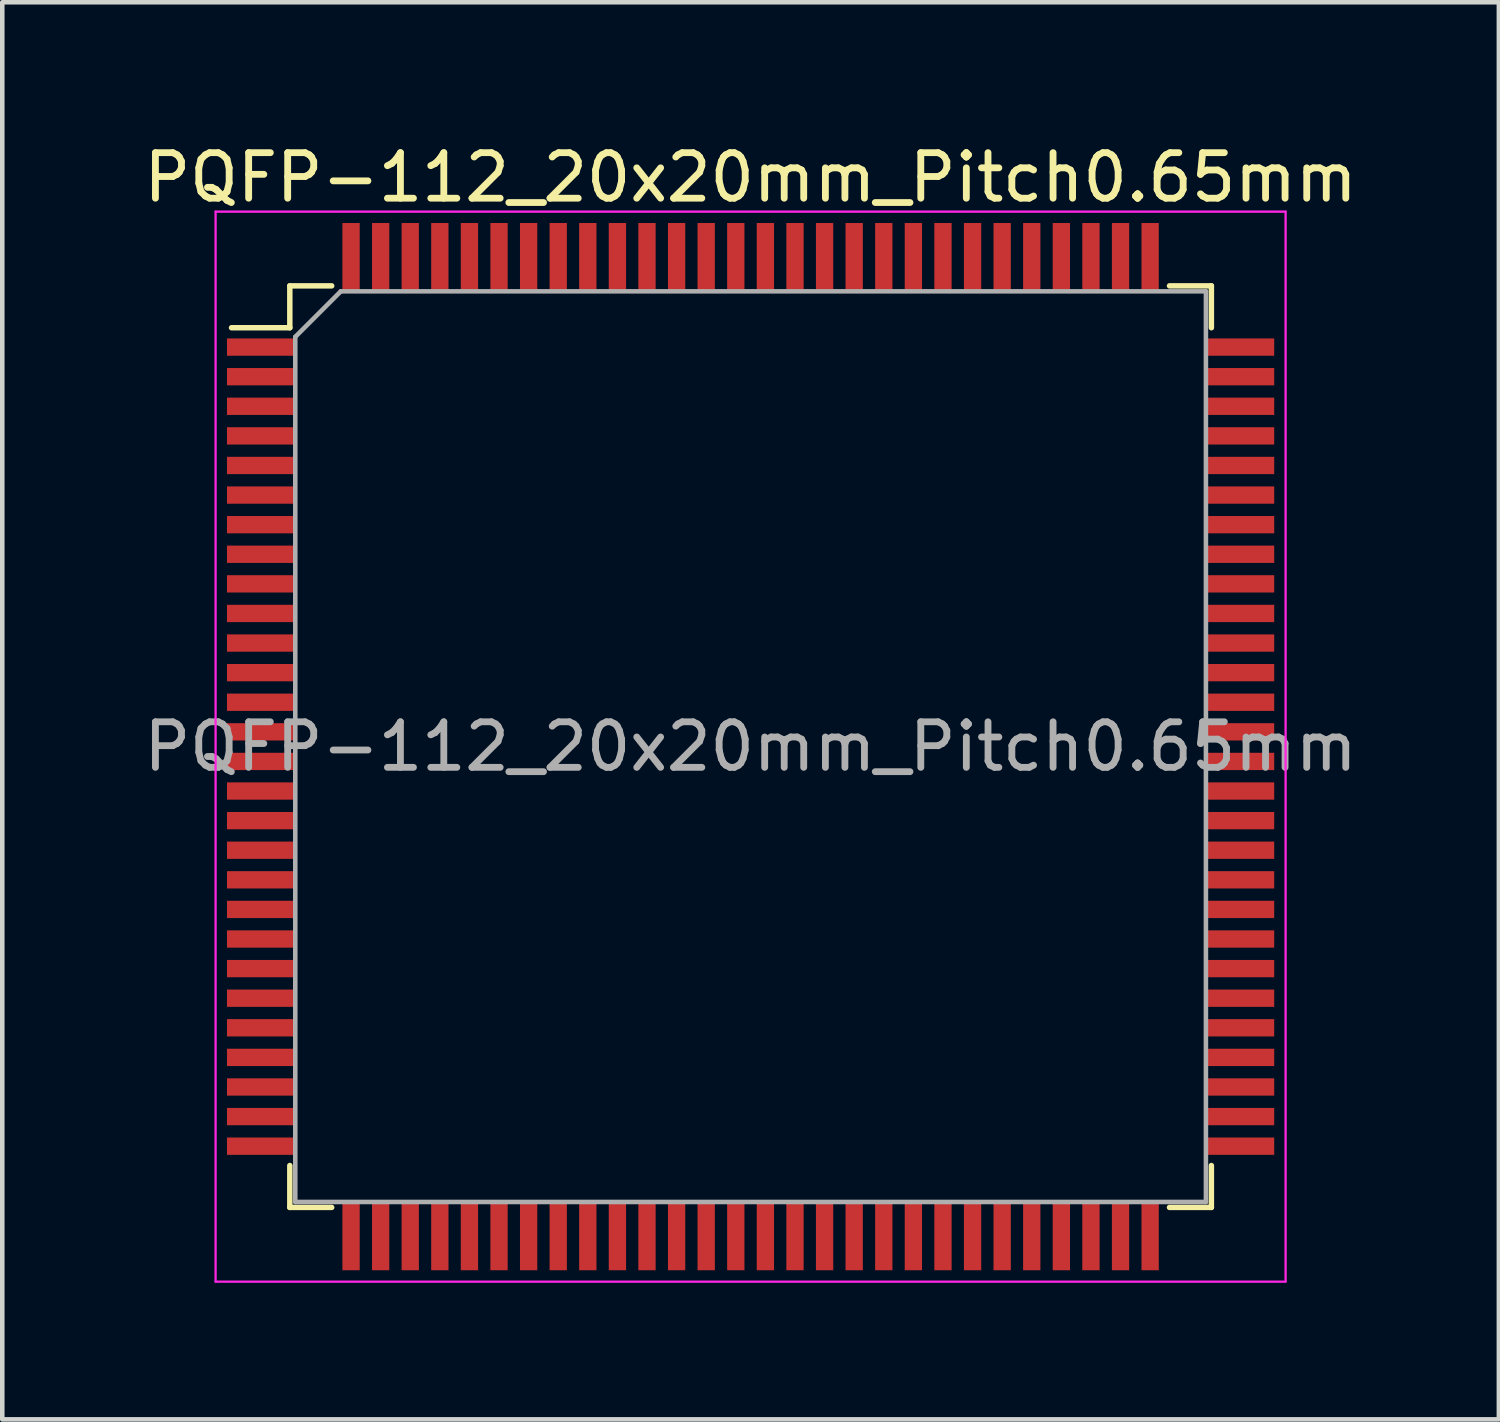
<source format=kicad_pcb>
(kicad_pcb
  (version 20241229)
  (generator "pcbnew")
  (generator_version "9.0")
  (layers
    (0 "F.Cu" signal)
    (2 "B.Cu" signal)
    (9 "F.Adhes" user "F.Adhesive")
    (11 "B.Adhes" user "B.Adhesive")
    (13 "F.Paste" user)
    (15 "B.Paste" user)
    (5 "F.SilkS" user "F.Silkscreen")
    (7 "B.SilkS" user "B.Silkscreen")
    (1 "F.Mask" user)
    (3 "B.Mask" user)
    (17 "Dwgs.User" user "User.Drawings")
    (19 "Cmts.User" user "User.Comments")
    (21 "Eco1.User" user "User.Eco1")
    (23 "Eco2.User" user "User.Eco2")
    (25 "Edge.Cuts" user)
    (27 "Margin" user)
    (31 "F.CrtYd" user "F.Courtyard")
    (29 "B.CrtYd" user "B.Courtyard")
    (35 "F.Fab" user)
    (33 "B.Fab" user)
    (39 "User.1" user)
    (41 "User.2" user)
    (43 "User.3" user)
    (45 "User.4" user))
  (footprint "PQFP-112_20x20mm_Pitch0.65mm"
    (layer "F.Cu")
    (at 13.435 13.348)
    (property "Reference" "PQFP-112_20x20mm_Pitch0.65mm" (at 0 -12.5 0) (layer "F.SilkS") (effects (font (size 1 1) (thickness 0.15))))
    (attr smd)
    (fp_line (start -11.4 -9.2) (end -10.12 -9.2) (stroke (width 0.12) (type solid)) (layer "F.SilkS"))
    (fp_line (start -10.12 -10.12) (end -10.12 -9.2) (stroke (width 0.12) (type solid)) (layer "F.SilkS"))
    (fp_line (start -10.12 10.12) (end -10.12 9.2) (stroke (width 0.12) (type solid)) (layer "F.SilkS"))
    (fp_line (start -9.2 -10.12) (end -10.12 -10.12) (stroke (width 0.12) (type solid)) (layer "F.SilkS"))
    (fp_line (start -9.2 10.12) (end -10.12 10.12) (stroke (width 0.12) (type solid)) (layer "F.SilkS"))
    (fp_line (start 9.2 -10.12) (end 10.12 -10.12) (stroke (width 0.12) (type solid)) (layer "F.SilkS"))
    (fp_line (start 9.2 10.12) (end 10.12 10.12) (stroke (width 0.12) (type solid)) (layer "F.SilkS"))
    (fp_line (start 10.12 -10.12) (end 10.12 -9.2) (stroke (width 0.12) (type solid)) (layer "F.SilkS"))
    (fp_line (start 10.12 10.12) (end 10.12 9.2) (stroke (width 0.12) (type solid)) (layer "F.SilkS"))
    (fp_line (start -11.75 -11.75) (end -11.75 11.75) (stroke (width 0.05) (type solid)) (layer "F.CrtYd"))
    (fp_line (start -11.75 -11.75) (end 11.75 -11.75) (stroke (width 0.05) (type solid)) (layer "F.CrtYd"))
    (fp_line (start -11.75 11.75) (end 11.75 11.75) (stroke (width 0.05) (type solid)) (layer "F.CrtYd"))
    (fp_line (start 11.75 -11.75) (end 11.75 11.75) (stroke (width 0.05) (type solid)) (layer "F.CrtYd"))
    (fp_line (start -10 -9) (end -10 10) (stroke (width 0.1) (type solid)) (layer "F.Fab"))
    (fp_line (start -9 -10) (end -10 -9) (stroke (width 0.1) (type solid)) (layer "F.Fab"))
    (fp_line (start -9 -10) (end 10 -10) (stroke (width 0.1) (type solid)) (layer "F.Fab"))
    (fp_line (start 10 10) (end -10 10) (stroke (width 0.1) (type solid)) (layer "F.Fab"))
    (fp_line (start 10 10) (end 10 -10) (stroke (width 0.1) (type solid)) (layer "F.Fab"))
    (fp_text user "${REFERENCE}" (at 0 0 0) (layer "F.Fab") (effects (font (size 1 1) (thickness 0.15))))
    (pad "1" smd rect (at -10.75 -8.775) (size 1.5 0.38) (layers "F.Cu" "F.Mask" "F.Paste"))
    (pad "2" smd rect (at -10.75 -8.125) (size 1.5 0.38) (layers "F.Cu" "F.Mask" "F.Paste"))
    (pad "3" smd rect (at -10.75 -7.475) (size 1.5 0.38) (layers "F.Cu" "F.Mask" "F.Paste"))
    (pad "4" smd rect (at -10.75 -6.825) (size 1.5 0.38) (layers "F.Cu" "F.Mask" "F.Paste"))
    (pad "5" smd rect (at -10.75 -6.175) (size 1.5 0.38) (layers "F.Cu" "F.Mask" "F.Paste"))
    (pad "6" smd rect (at -10.75 -5.525) (size 1.5 0.38) (layers "F.Cu" "F.Mask" "F.Paste"))
    (pad "7" smd rect (at -10.75 -4.875) (size 1.5 0.38) (layers "F.Cu" "F.Mask" "F.Paste"))
    (pad "8" smd rect (at -10.75 -4.225) (size 1.5 0.38) (layers "F.Cu" "F.Mask" "F.Paste"))
    (pad "9" smd rect (at -10.75 -3.575) (size 1.5 0.38) (layers "F.Cu" "F.Mask" "F.Paste"))
    (pad "10" smd rect (at -10.75 -2.925) (size 1.5 0.38) (layers "F.Cu" "F.Mask" "F.Paste"))
    (pad "11" smd rect (at -10.75 -2.275) (size 1.5 0.38) (layers "F.Cu" "F.Mask" "F.Paste"))
    (pad "12" smd rect (at -10.75 -1.625) (size 1.5 0.38) (layers "F.Cu" "F.Mask" "F.Paste"))
    (pad "13" smd rect (at -10.75 -0.975) (size 1.5 0.38) (layers "F.Cu" "F.Mask" "F.Paste"))
    (pad "14" smd rect (at -10.75 -0.325) (size 1.5 0.38) (layers "F.Cu" "F.Mask" "F.Paste"))
    (pad "15" smd rect (at -10.75 0.325) (size 1.5 0.38) (layers "F.Cu" "F.Mask" "F.Paste"))
    (pad "16" smd rect (at -10.75 0.975) (size 1.5 0.38) (layers "F.Cu" "F.Mask" "F.Paste"))
    (pad "17" smd rect (at -10.75 1.625) (size 1.5 0.38) (layers "F.Cu" "F.Mask" "F.Paste"))
    (pad "18" smd rect (at -10.75 2.275) (size 1.5 0.38) (layers "F.Cu" "F.Mask" "F.Paste"))
    (pad "19" smd rect (at -10.75 2.925) (size 1.5 0.38) (layers "F.Cu" "F.Mask" "F.Paste"))
    (pad "20" smd rect (at -10.75 3.575) (size 1.5 0.38) (layers "F.Cu" "F.Mask" "F.Paste"))
    (pad "21" smd rect (at -10.75 4.225) (size 1.5 0.38) (layers "F.Cu" "F.Mask" "F.Paste"))
    (pad "22" smd rect (at -10.75 4.875) (size 1.5 0.38) (layers "F.Cu" "F.Mask" "F.Paste"))
    (pad "23" smd rect (at -10.75 5.525) (size 1.5 0.38) (layers "F.Cu" "F.Mask" "F.Paste"))
    (pad "24" smd rect (at -10.75 6.175) (size 1.5 0.38) (layers "F.Cu" "F.Mask" "F.Paste"))
    (pad "25" smd rect (at -10.75 6.825) (size 1.5 0.38) (layers "F.Cu" "F.Mask" "F.Paste"))
    (pad "26" smd rect (at -10.75 7.475) (size 1.5 0.38) (layers "F.Cu" "F.Mask" "F.Paste"))
    (pad "27" smd rect (at -10.75 8.125) (size 1.5 0.38) (layers "F.Cu" "F.Mask" "F.Paste"))
    (pad "28" smd rect (at -10.75 8.775) (size 1.5 0.38) (layers "F.Cu" "F.Mask" "F.Paste"))
    (pad "29" smd rect (at -8.775 10.75) (size 0.38 1.5) (layers "F.Cu" "F.Mask" "F.Paste"))
    (pad "30" smd rect (at -8.125 10.75) (size 0.38 1.5) (layers "F.Cu" "F.Mask" "F.Paste"))
    (pad "31" smd rect (at -7.475 10.75) (size 0.38 1.5) (layers "F.Cu" "F.Mask" "F.Paste"))
    (pad "32" smd rect (at -6.825 10.75) (size 0.38 1.5) (layers "F.Cu" "F.Mask" "F.Paste"))
    (pad "33" smd rect (at -6.175 10.75) (size 0.38 1.5) (layers "F.Cu" "F.Mask" "F.Paste"))
    (pad "34" smd rect (at -5.525 10.75) (size 0.38 1.5) (layers "F.Cu" "F.Mask" "F.Paste"))
    (pad "35" smd rect (at -4.875 10.75) (size 0.38 1.5) (layers "F.Cu" "F.Mask" "F.Paste"))
    (pad "36" smd rect (at -4.225 10.75) (size 0.38 1.5) (layers "F.Cu" "F.Mask" "F.Paste"))
    (pad "37" smd rect (at -3.575 10.75) (size 0.38 1.5) (layers "F.Cu" "F.Mask" "F.Paste"))
    (pad "38" smd rect (at -2.925 10.75) (size 0.38 1.5) (layers "F.Cu" "F.Mask" "F.Paste"))
    (pad "39" smd rect (at -2.275 10.75) (size 0.38 1.5) (layers "F.Cu" "F.Mask" "F.Paste"))
    (pad "40" smd rect (at -1.625 10.75) (size 0.38 1.5) (layers "F.Cu" "F.Mask" "F.Paste"))
    (pad "41" smd rect (at -0.975 10.75) (size 0.38 1.5) (layers "F.Cu" "F.Mask" "F.Paste"))
    (pad "42" smd rect (at -0.325 10.75) (size 0.38 1.5) (layers "F.Cu" "F.Mask" "F.Paste"))
    (pad "43" smd rect (at 0.325 10.75) (size 0.38 1.5) (layers "F.Cu" "F.Mask" "F.Paste"))
    (pad "44" smd rect (at 0.975 10.75) (size 0.38 1.5) (layers "F.Cu" "F.Mask" "F.Paste"))
    (pad "45" smd rect (at 1.625 10.75) (size 0.38 1.5) (layers "F.Cu" "F.Mask" "F.Paste"))
    (pad "46" smd rect (at 2.275 10.75) (size 0.38 1.5) (layers "F.Cu" "F.Mask" "F.Paste"))
    (pad "47" smd rect (at 2.925 10.75) (size 0.38 1.5) (layers "F.Cu" "F.Mask" "F.Paste"))
    (pad "48" smd rect (at 3.575 10.75) (size 0.38 1.5) (layers "F.Cu" "F.Mask" "F.Paste"))
    (pad "49" smd rect (at 4.225 10.75) (size 0.38 1.5) (layers "F.Cu" "F.Mask" "F.Paste"))
    (pad "50" smd rect (at 4.875 10.75) (size 0.38 1.5) (layers "F.Cu" "F.Mask" "F.Paste"))
    (pad "51" smd rect (at 5.525 10.75) (size 0.38 1.5) (layers "F.Cu" "F.Mask" "F.Paste"))
    (pad "52" smd rect (at 6.175 10.75) (size 0.38 1.5) (layers "F.Cu" "F.Mask" "F.Paste"))
    (pad "53" smd rect (at 6.825 10.75) (size 0.38 1.5) (layers "F.Cu" "F.Mask" "F.Paste"))
    (pad "54" smd rect (at 7.475 10.75) (size 0.38 1.5) (layers "F.Cu" "F.Mask" "F.Paste"))
    (pad "55" smd rect (at 8.125 10.75) (size 0.38 1.5) (layers "F.Cu" "F.Mask" "F.Paste"))
    (pad "56" smd rect (at 8.775 10.75) (size 0.38 1.5) (layers "F.Cu" "F.Mask" "F.Paste"))
    (pad "57" smd rect (at 10.75 8.775) (size 1.5 0.38) (layers "F.Cu" "F.Mask" "F.Paste"))
    (pad "58" smd rect (at 10.75 8.125) (size 1.5 0.38) (layers "F.Cu" "F.Mask" "F.Paste"))
    (pad "59" smd rect (at 10.75 7.475) (size 1.5 0.38) (layers "F.Cu" "F.Mask" "F.Paste"))
    (pad "60" smd rect (at 10.75 6.825) (size 1.5 0.38) (layers "F.Cu" "F.Mask" "F.Paste"))
    (pad "61" smd rect (at 10.75 6.175) (size 1.5 0.38) (layers "F.Cu" "F.Mask" "F.Paste"))
    (pad "62" smd rect (at 10.75 5.525) (size 1.5 0.38) (layers "F.Cu" "F.Mask" "F.Paste"))
    (pad "63" smd rect (at 10.75 4.875) (size 1.5 0.38) (layers "F.Cu" "F.Mask" "F.Paste"))
    (pad "64" smd rect (at 10.75 4.225) (size 1.5 0.38) (layers "F.Cu" "F.Mask" "F.Paste"))
    (pad "65" smd rect (at 10.75 3.575) (size 1.5 0.38) (layers "F.Cu" "F.Mask" "F.Paste"))
    (pad "66" smd rect (at 10.75 2.925) (size 1.5 0.38) (layers "F.Cu" "F.Mask" "F.Paste"))
    (pad "67" smd rect (at 10.75 2.275) (size 1.5 0.38) (layers "F.Cu" "F.Mask" "F.Paste"))
    (pad "68" smd rect (at 10.75 1.625) (size 1.5 0.38) (layers "F.Cu" "F.Mask" "F.Paste"))
    (pad "69" smd rect (at 10.75 0.975) (size 1.5 0.38) (layers "F.Cu" "F.Mask" "F.Paste"))
    (pad "70" smd rect (at 10.75 0.325) (size 1.5 0.38) (layers "F.Cu" "F.Mask" "F.Paste"))
    (pad "71" smd rect (at 10.75 -0.325) (size 1.5 0.38) (layers "F.Cu" "F.Mask" "F.Paste"))
    (pad "72" smd rect (at 10.75 -0.975) (size 1.5 0.38) (layers "F.Cu" "F.Mask" "F.Paste"))
    (pad "73" smd rect (at 10.75 -1.625) (size 1.5 0.38) (layers "F.Cu" "F.Mask" "F.Paste"))
    (pad "74" smd rect (at 10.75 -2.275) (size 1.5 0.38) (layers "F.Cu" "F.Mask" "F.Paste"))
    (pad "75" smd rect (at 10.75 -2.925) (size 1.5 0.38) (layers "F.Cu" "F.Mask" "F.Paste"))
    (pad "76" smd rect (at 10.75 -3.575) (size 1.5 0.38) (layers "F.Cu" "F.Mask" "F.Paste"))
    (pad "77" smd rect (at 10.75 -4.225) (size 1.5 0.38) (layers "F.Cu" "F.Mask" "F.Paste"))
    (pad "78" smd rect (at 10.75 -4.875) (size 1.5 0.38) (layers "F.Cu" "F.Mask" "F.Paste"))
    (pad "79" smd rect (at 10.75 -5.525) (size 1.5 0.38) (layers "F.Cu" "F.Mask" "F.Paste"))
    (pad "80" smd rect (at 10.75 -6.175) (size 1.5 0.38) (layers "F.Cu" "F.Mask" "F.Paste"))
    (pad "81" smd rect (at 10.75 -6.825) (size 1.5 0.38) (layers "F.Cu" "F.Mask" "F.Paste"))
    (pad "82" smd rect (at 10.75 -7.475) (size 1.5 0.38) (layers "F.Cu" "F.Mask" "F.Paste"))
    (pad "83" smd rect (at 10.75 -8.125) (size 1.5 0.38) (layers "F.Cu" "F.Mask" "F.Paste"))
    (pad "84" smd rect (at 10.75 -8.775) (size 1.5 0.38) (layers "F.Cu" "F.Mask" "F.Paste"))
    (pad "85" smd rect (at 8.775 -10.75) (size 0.38 1.5) (layers "F.Cu" "F.Mask" "F.Paste"))
    (pad "86" smd rect (at 8.125 -10.75) (size 0.38 1.5) (layers "F.Cu" "F.Mask" "F.Paste"))
    (pad "87" smd rect (at 7.475 -10.75) (size 0.38 1.5) (layers "F.Cu" "F.Mask" "F.Paste"))
    (pad "88" smd rect (at 6.825 -10.75) (size 0.38 1.5) (layers "F.Cu" "F.Mask" "F.Paste"))
    (pad "89" smd rect (at 6.175 -10.75) (size 0.38 1.5) (layers "F.Cu" "F.Mask" "F.Paste"))
    (pad "90" smd rect (at 5.525 -10.75) (size 0.38 1.5) (layers "F.Cu" "F.Mask" "F.Paste"))
    (pad "91" smd rect (at 4.875 -10.75) (size 0.38 1.5) (layers "F.Cu" "F.Mask" "F.Paste"))
    (pad "92" smd rect (at 4.225 -10.75) (size 0.38 1.5) (layers "F.Cu" "F.Mask" "F.Paste"))
    (pad "93" smd rect (at 3.575 -10.75) (size 0.38 1.5) (layers "F.Cu" "F.Mask" "F.Paste"))
    (pad "94" smd rect (at 2.925 -10.75) (size 0.38 1.5) (layers "F.Cu" "F.Mask" "F.Paste"))
    (pad "95" smd rect (at 2.275 -10.75) (size 0.38 1.5) (layers "F.Cu" "F.Mask" "F.Paste"))
    (pad "96" smd rect (at 1.625 -10.75) (size 0.38 1.5) (layers "F.Cu" "F.Mask" "F.Paste"))
    (pad "97" smd rect (at 0.975 -10.75) (size 0.38 1.5) (layers "F.Cu" "F.Mask" "F.Paste"))
    (pad "98" smd rect (at 0.325 -10.75) (size 0.38 1.5) (layers "F.Cu" "F.Mask" "F.Paste"))
    (pad "99" smd rect (at -0.325 -10.75) (size 0.38 1.5) (layers "F.Cu" "F.Mask" "F.Paste"))
    (pad "100" smd rect (at -0.975 -10.75) (size 0.38 1.5) (layers "F.Cu" "F.Mask" "F.Paste"))
    (pad "101" smd rect (at -1.625 -10.75) (size 0.38 1.5) (layers "F.Cu" "F.Mask" "F.Paste"))
    (pad "102" smd rect (at -2.275 -10.75) (size 0.38 1.5) (layers "F.Cu" "F.Mask" "F.Paste"))
    (pad "103" smd rect (at -2.925 -10.75) (size 0.38 1.5) (layers "F.Cu" "F.Mask" "F.Paste"))
    (pad "104" smd rect (at -3.575 -10.75) (size 0.38 1.5) (layers "F.Cu" "F.Mask" "F.Paste"))
    (pad "105" smd rect (at -4.225 -10.75) (size 0.38 1.5) (layers "F.Cu" "F.Mask" "F.Paste"))
    (pad "106" smd rect (at -4.875 -10.75) (size 0.38 1.5) (layers "F.Cu" "F.Mask" "F.Paste"))
    (pad "107" smd rect (at -5.525 -10.75) (size 0.38 1.5) (layers "F.Cu" "F.Mask" "F.Paste"))
    (pad "108" smd rect (at -6.175 -10.75) (size 0.38 1.5) (layers "F.Cu" "F.Mask" "F.Paste"))
    (pad "109" smd rect (at -6.825 -10.75) (size 0.38 1.5) (layers "F.Cu" "F.Mask" "F.Paste"))
    (pad "110" smd rect (at -7.475 -10.75) (size 0.38 1.5) (layers "F.Cu" "F.Mask" "F.Paste"))
    (pad "111" smd rect (at -8.125 -10.75) (size 0.38 1.5) (layers "F.Cu" "F.Mask" "F.Paste"))
    (pad "112" smd rect (at -8.775 -10.75) (size 0.38 1.5) (layers "F.Cu" "F.Mask" "F.Paste")))
  (gr_rect
    (start -3 -3)
    (end 29.869 28.123)
    (stroke (width 0.1) (type default))
    (fill no)
    (layer "Edge.Cuts")))
</source>
